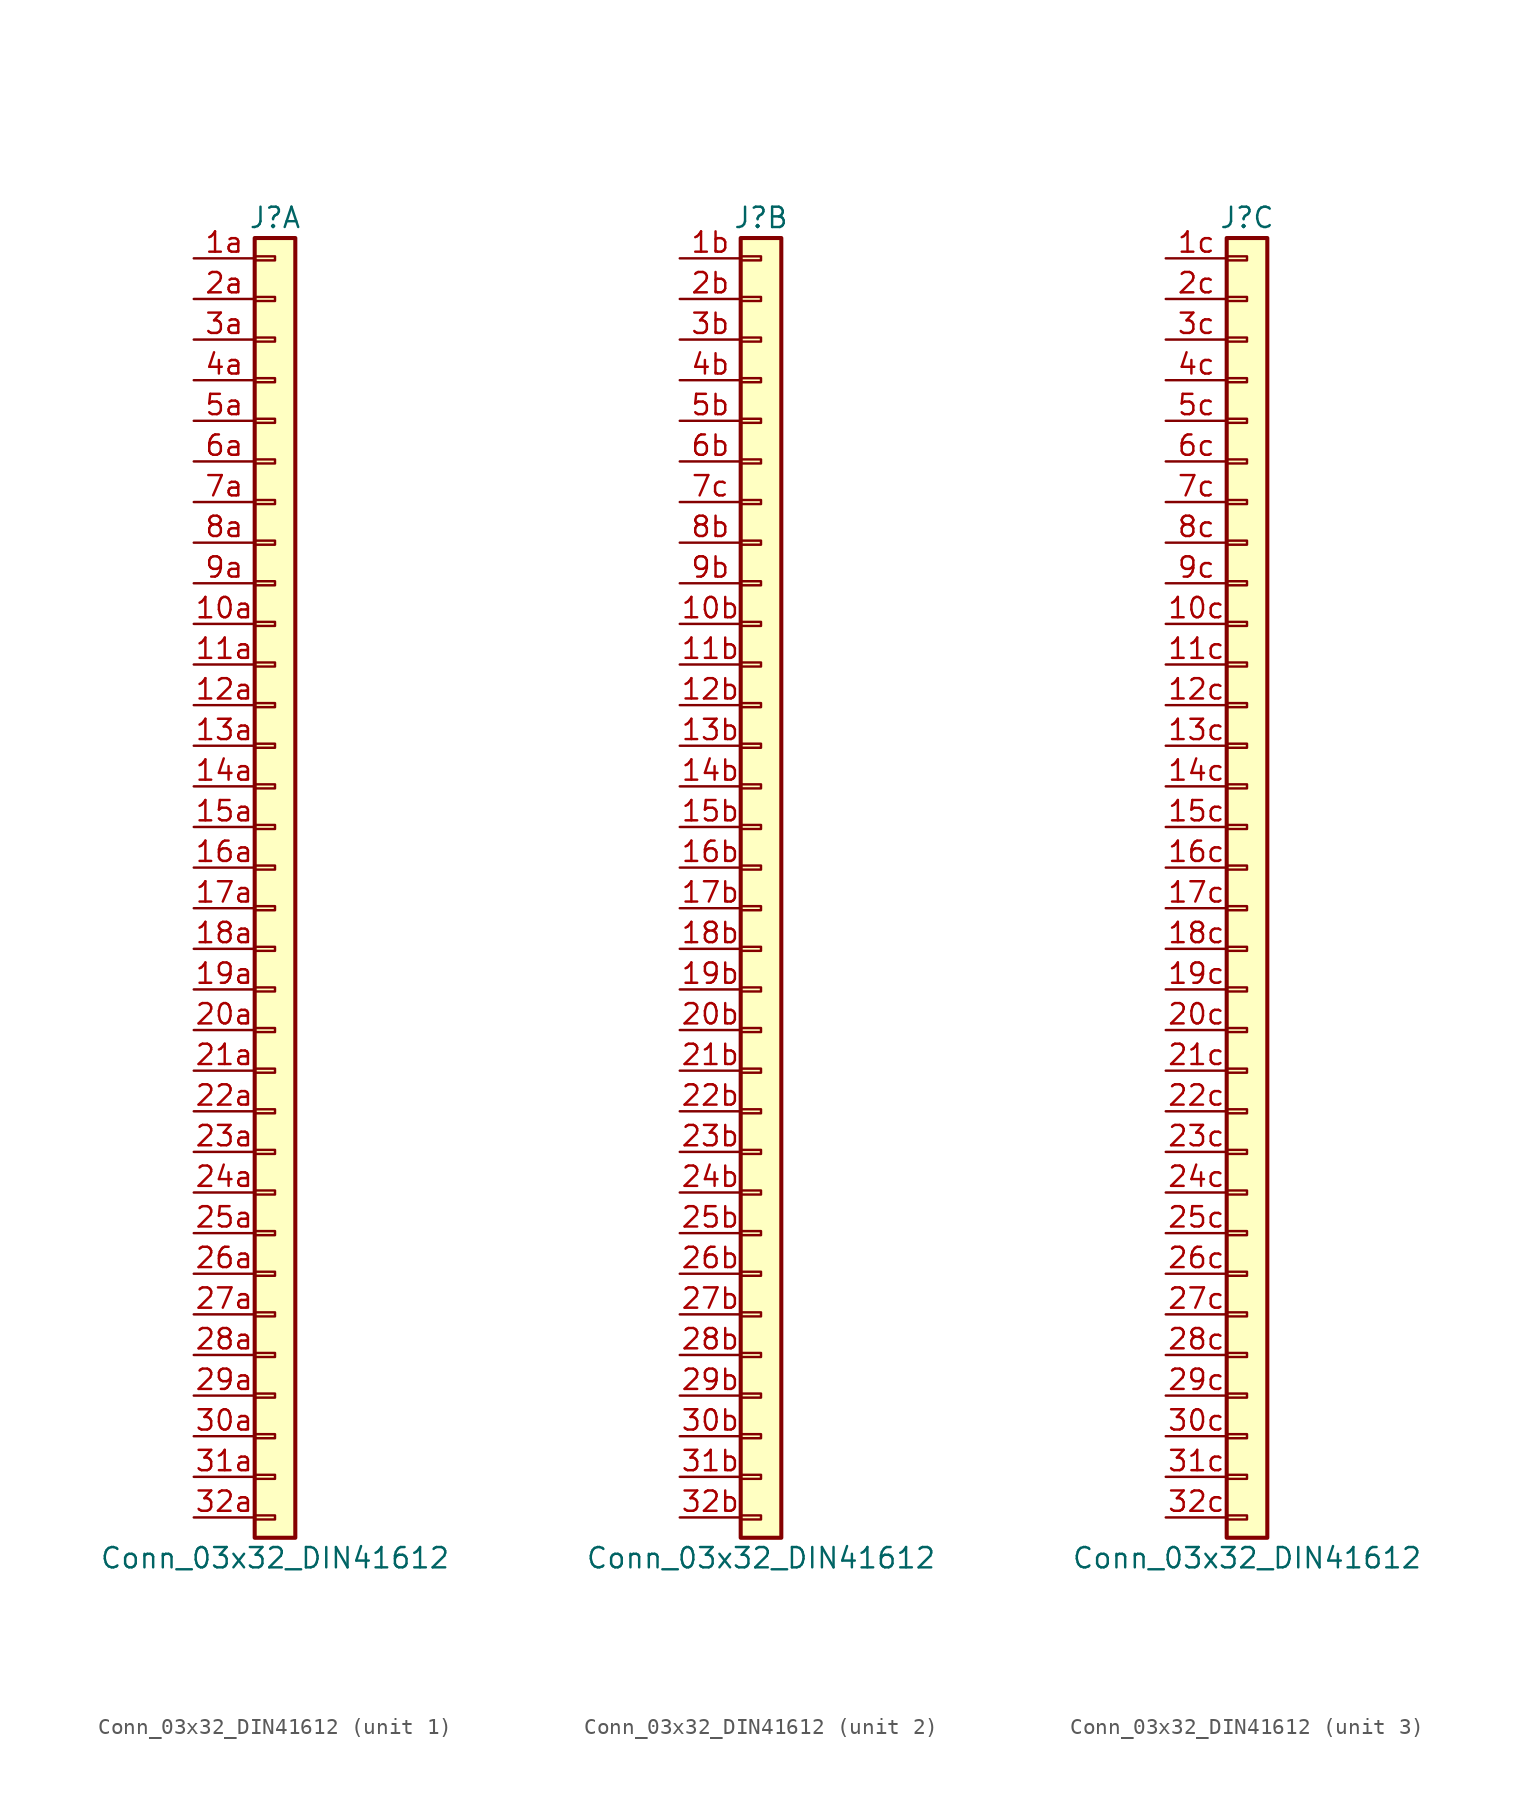
<source format=kicad_sym>
(kicad_symbol_lib
  (version 20211014)
  (generator kicad_symbol_editor)
  (symbol "Conn_03x32_DIN41612"
    (pin_names
      (offset 1.016) hide)
    (property "Reference" "J"
      (at 0 40.64 0)
      (effects (font (size 1.27 1.27))))
    (property "Value" "Conn_03x32_DIN41612"
      (at 0 -43.18 0)
      (effects (font (size 1.27 1.27))))
    (property "ki_locked" ""
      (at 0 0 0)
      (effects (font (size 1.27 1.27))))
    (symbol "Conn_03x32_DIN41612_1_1"
      (rectangle (start -1.27 -40.513) (end 0 -40.767) (stroke (width 0.152) (type default) (color 0 0 0 0)) (fill (type none)))
      (rectangle (start -1.27 -37.973) (end 0 -38.227) (stroke (width 0.152) (type default) (color 0 0 0 0)) (fill (type none)))
      (rectangle (start -1.27 -35.433) (end 0 -35.687) (stroke (width 0.152) (type default) (color 0 0 0 0)) (fill (type none)))
      (rectangle (start -1.27 -32.893) (end 0 -33.147) (stroke (width 0.152) (type default) (color 0 0 0 0)) (fill (type none)))
      (rectangle (start -1.27 -30.353) (end 0 -30.607) (stroke (width 0.152) (type default) (color 0 0 0 0)) (fill (type none)))
      (rectangle (start -1.27 -27.813) (end 0 -28.067) (stroke (width 0.152) (type default) (color 0 0 0 0)) (fill (type none)))
      (rectangle (start -1.27 -25.273) (end 0 -25.527) (stroke (width 0.152) (type default) (color 0 0 0 0)) (fill (type none)))
      (rectangle (start -1.27 -22.733) (end 0 -22.987) (stroke (width 0.152) (type default) (color 0 0 0 0)) (fill (type none)))
      (rectangle (start -1.27 -20.193) (end 0 -20.447) (stroke (width 0.152) (type default) (color 0 0 0 0)) (fill (type none)))
      (rectangle (start -1.27 -17.653) (end 0 -17.907) (stroke (width 0.152) (type default) (color 0 0 0 0)) (fill (type none)))
      (rectangle (start -1.27 -15.113) (end 0 -15.367) (stroke (width 0.152) (type default) (color 0 0 0 0)) (fill (type none)))
      (rectangle (start -1.27 -12.573) (end 0 -12.827) (stroke (width 0.152) (type default) (color 0 0 0 0)) (fill (type none)))
      (rectangle (start -1.27 -10.033) (end 0 -10.287) (stroke (width 0.152) (type default) (color 0 0 0 0)) (fill (type none)))
      (rectangle (start -1.27 -7.493) (end 0 -7.747) (stroke (width 0.152) (type default) (color 0 0 0 0)) (fill (type none)))
      (rectangle (start -1.27 -4.953) (end 0 -5.207) (stroke (width 0.152) (type default) (color 0 0 0 0)) (fill (type none)))
      (rectangle (start -1.27 -2.413) (end 0 -2.667) (stroke (width 0.152) (type default) (color 0 0 0 0)) (fill (type none)))
      (rectangle (start -1.27 0.127) (end 0 -0.127) (stroke (width 0.152) (type default) (color 0 0 0 0)) (fill (type none)))
      (rectangle (start -1.27 2.667) (end 0 2.413) (stroke (width 0.152) (type default) (color 0 0 0 0)) (fill (type none)))
      (rectangle (start -1.27 5.207) (end 0 4.953) (stroke (width 0.152) (type default) (color 0 0 0 0)) (fill (type none)))
      (rectangle (start -1.27 7.747) (end 0 7.493) (stroke (width 0.152) (type default) (color 0 0 0 0)) (fill (type none)))
      (rectangle (start -1.27 10.287) (end 0 10.033) (stroke (width 0.152) (type default) (color 0 0 0 0)) (fill (type none)))
      (rectangle (start -1.27 12.827) (end 0 12.573) (stroke (width 0.152) (type default) (color 0 0 0 0)) (fill (type none)))
      (rectangle (start -1.27 15.367) (end 0 15.113) (stroke (width 0.152) (type default) (color 0 0 0 0)) (fill (type none)))
      (rectangle (start -1.27 17.907) (end 0 17.653) (stroke (width 0.152) (type default) (color 0 0 0 0)) (fill (type none)))
      (rectangle (start -1.27 20.447) (end 0 20.193) (stroke (width 0.152) (type default) (color 0 0 0 0)) (fill (type none)))
      (rectangle (start -1.27 22.987) (end 0 22.733) (stroke (width 0.152) (type default) (color 0 0 0 0)) (fill (type none)))
      (rectangle (start -1.27 25.527) (end 0 25.273) (stroke (width 0.152) (type default) (color 0 0 0 0)) (fill (type none)))
      (rectangle (start -1.27 28.067) (end 0 27.813) (stroke (width 0.152) (type default) (color 0 0 0 0)) (fill (type none)))
      (rectangle (start -1.27 30.607) (end 0 30.353) (stroke (width 0.152) (type default) (color 0 0 0 0)) (fill (type none)))
      (rectangle (start -1.27 33.147) (end 0 32.893) (stroke (width 0.152) (type default) (color 0 0 0 0)) (fill (type none)))
      (rectangle (start -1.27 35.687) (end 0 35.433) (stroke (width 0.152) (type default) (color 0 0 0 0)) (fill (type none)))
      (rectangle (start -1.27 38.227) (end 0 37.973) (stroke (width 0.152) (type default) (color 0 0 0 0)) (fill (type none)))
      (rectangle (start -1.27 39.37) (end 1.27 -41.91) (stroke (width 0.254) (type default) (color 0 0 0 0)) (fill (type background)))
      (pin passive line (at -5.08 15.24 0) (length 3.81) (name "Pin_10" (effects (font (size 1.27 1.27)))) (number "10a" (effects (font (size 1.27 1.27)))))
      (pin passive line (at -5.08 12.7 0) (length 3.81) (name "Pin_11" (effects (font (size 1.27 1.27)))) (number "11a" (effects (font (size 1.27 1.27)))))
      (pin passive line (at -5.08 10.16 0) (length 3.81) (name "Pin_12" (effects (font (size 1.27 1.27)))) (number "12a" (effects (font (size 1.27 1.27)))))
      (pin passive line (at -5.08 7.62 0) (length 3.81) (name "Pin_13" (effects (font (size 1.27 1.27)))) (number "13a" (effects (font (size 1.27 1.27)))))
      (pin passive line (at -5.08 5.08 0) (length 3.81) (name "Pin_14" (effects (font (size 1.27 1.27)))) (number "14a" (effects (font (size 1.27 1.27)))))
      (pin passive line (at -5.08 2.54 0) (length 3.81) (name "Pin_15" (effects (font (size 1.27 1.27)))) (number "15a" (effects (font (size 1.27 1.27)))))
      (pin passive line (at -5.08 0 0) (length 3.81) (name "Pin_16" (effects (font (size 1.27 1.27)))) (number "16a" (effects (font (size 1.27 1.27)))))
      (pin passive line (at -5.08 -2.54 0) (length 3.81) (name "Pin_17" (effects (font (size 1.27 1.27)))) (number "17a" (effects (font (size 1.27 1.27)))))
      (pin passive line (at -5.08 -5.08 0) (length 3.81) (name "Pin_18" (effects (font (size 1.27 1.27)))) (number "18a" (effects (font (size 1.27 1.27)))))
      (pin passive line (at -5.08 -7.62 0) (length 3.81) (name "Pin_19" (effects (font (size 1.27 1.27)))) (number "19a" (effects (font (size 1.27 1.27)))))
      (pin passive line (at -5.08 38.1 0) (length 3.81) (name "Pin_1" (effects (font (size 1.27 1.27)))) (number "1a" (effects (font (size 1.27 1.27)))))
      (pin passive line (at -5.08 -10.16 0) (length 3.81) (name "Pin_20" (effects (font (size 1.27 1.27)))) (number "20a" (effects (font (size 1.27 1.27)))))
      (pin passive line (at -5.08 -12.7 0) (length 3.81) (name "Pin_21" (effects (font (size 1.27 1.27)))) (number "21a" (effects (font (size 1.27 1.27)))))
      (pin passive line (at -5.08 -15.24 0) (length 3.81) (name "Pin_22" (effects (font (size 1.27 1.27)))) (number "22a" (effects (font (size 1.27 1.27)))))
      (pin passive line (at -5.08 -17.78 0) (length 3.81) (name "Pin_23" (effects (font (size 1.27 1.27)))) (number "23a" (effects (font (size 1.27 1.27)))))
      (pin passive line (at -5.08 -20.32 0) (length 3.81) (name "Pin_24" (effects (font (size 1.27 1.27)))) (number "24a" (effects (font (size 1.27 1.27)))))
      (pin passive line (at -5.08 -22.86 0) (length 3.81) (name "Pin_25" (effects (font (size 1.27 1.27)))) (number "25a" (effects (font (size 1.27 1.27)))))
      (pin passive line (at -5.08 -25.4 0) (length 3.81) (name "Pin_26" (effects (font (size 1.27 1.27)))) (number "26a" (effects (font (size 1.27 1.27)))))
      (pin passive line (at -5.08 -27.94 0) (length 3.81) (name "Pin_27" (effects (font (size 1.27 1.27)))) (number "27a" (effects (font (size 1.27 1.27)))))
      (pin passive line (at -5.08 -30.48 0) (length 3.81) (name "Pin_28" (effects (font (size 1.27 1.27)))) (number "28a" (effects (font (size 1.27 1.27)))))
      (pin passive line (at -5.08 -33.02 0) (length 3.81) (name "Pin_29" (effects (font (size 1.27 1.27)))) (number "29a" (effects (font (size 1.27 1.27)))))
      (pin passive line (at -5.08 35.56 0) (length 3.81) (name "Pin_2" (effects (font (size 1.27 1.27)))) (number "2a" (effects (font (size 1.27 1.27)))))
      (pin passive line (at -5.08 -35.56 0) (length 3.81) (name "Pin_30" (effects (font (size 1.27 1.27)))) (number "30a" (effects (font (size 1.27 1.27)))))
      (pin passive line (at -5.08 -38.1 0) (length 3.81) (name "Pin_31" (effects (font (size 1.27 1.27)))) (number "31a" (effects (font (size 1.27 1.27)))))
      (pin passive line (at -5.08 -40.64 0) (length 3.81) (name "Pin_32" (effects (font (size 1.27 1.27)))) (number "32a" (effects (font (size 1.27 1.27)))))
      (pin passive line (at -5.08 33.02 0) (length 3.81) (name "Pin_3" (effects (font (size 1.27 1.27)))) (number "3a" (effects (font (size 1.27 1.27)))))
      (pin passive line (at -5.08 30.48 0) (length 3.81) (name "Pin_4" (effects (font (size 1.27 1.27)))) (number "4a" (effects (font (size 1.27 1.27)))))
      (pin passive line (at -5.08 27.94 0) (length 3.81) (name "Pin_5" (effects (font (size 1.27 1.27)))) (number "5a" (effects (font (size 1.27 1.27)))))
      (pin passive line (at -5.08 25.4 0) (length 3.81) (name "Pin_6" (effects (font (size 1.27 1.27)))) (number "6a" (effects (font (size 1.27 1.27)))))
      (pin passive line (at -5.08 22.86 0) (length 3.81) (name "Pin_7" (effects (font (size 1.27 1.27)))) (number "7a" (effects (font (size 1.27 1.27)))))
      (pin passive line (at -5.08 20.32 0) (length 3.81) (name "Pin_8" (effects (font (size 1.27 1.27)))) (number "8a" (effects (font (size 1.27 1.27)))))
      (pin passive line (at -5.08 17.78 0) (length 3.81) (name "Pin_9" (effects (font (size 1.27 1.27)))) (number "9a" (effects (font (size 1.27 1.27))))))
    (symbol "Conn_03x32_DIN41612_2_1"
      (rectangle (start -1.27 -40.513) (end 0 -40.767) (stroke (width 0.152) (type default) (color 0 0 0 0)) (fill (type none)))
      (rectangle (start -1.27 -37.973) (end 0 -38.227) (stroke (width 0.152) (type default) (color 0 0 0 0)) (fill (type none)))
      (rectangle (start -1.27 -35.433) (end 0 -35.687) (stroke (width 0.152) (type default) (color 0 0 0 0)) (fill (type none)))
      (rectangle (start -1.27 -32.893) (end 0 -33.147) (stroke (width 0.152) (type default) (color 0 0 0 0)) (fill (type none)))
      (rectangle (start -1.27 -30.353) (end 0 -30.607) (stroke (width 0.152) (type default) (color 0 0 0 0)) (fill (type none)))
      (rectangle (start -1.27 -27.813) (end 0 -28.067) (stroke (width 0.152) (type default) (color 0 0 0 0)) (fill (type none)))
      (rectangle (start -1.27 -25.273) (end 0 -25.527) (stroke (width 0.152) (type default) (color 0 0 0 0)) (fill (type none)))
      (rectangle (start -1.27 -22.733) (end 0 -22.987) (stroke (width 0.152) (type default) (color 0 0 0 0)) (fill (type none)))
      (rectangle (start -1.27 -20.193) (end 0 -20.447) (stroke (width 0.152) (type default) (color 0 0 0 0)) (fill (type none)))
      (rectangle (start -1.27 -17.653) (end 0 -17.907) (stroke (width 0.152) (type default) (color 0 0 0 0)) (fill (type none)))
      (rectangle (start -1.27 -15.113) (end 0 -15.367) (stroke (width 0.152) (type default) (color 0 0 0 0)) (fill (type none)))
      (rectangle (start -1.27 -12.573) (end 0 -12.827) (stroke (width 0.152) (type default) (color 0 0 0 0)) (fill (type none)))
      (rectangle (start -1.27 -10.033) (end 0 -10.287) (stroke (width 0.152) (type default) (color 0 0 0 0)) (fill (type none)))
      (rectangle (start -1.27 -7.493) (end 0 -7.747) (stroke (width 0.152) (type default) (color 0 0 0 0)) (fill (type none)))
      (rectangle (start -1.27 -4.953) (end 0 -5.207) (stroke (width 0.152) (type default) (color 0 0 0 0)) (fill (type none)))
      (rectangle (start -1.27 -2.413) (end 0 -2.667) (stroke (width 0.152) (type default) (color 0 0 0 0)) (fill (type none)))
      (rectangle (start -1.27 0.127) (end 0 -0.127) (stroke (width 0.152) (type default) (color 0 0 0 0)) (fill (type none)))
      (rectangle (start -1.27 2.667) (end 0 2.413) (stroke (width 0.152) (type default) (color 0 0 0 0)) (fill (type none)))
      (rectangle (start -1.27 5.207) (end 0 4.953) (stroke (width 0.152) (type default) (color 0 0 0 0)) (fill (type none)))
      (rectangle (start -1.27 7.747) (end 0 7.493) (stroke (width 0.152) (type default) (color 0 0 0 0)) (fill (type none)))
      (rectangle (start -1.27 10.287) (end 0 10.033) (stroke (width 0.152) (type default) (color 0 0 0 0)) (fill (type none)))
      (rectangle (start -1.27 12.827) (end 0 12.573) (stroke (width 0.152) (type default) (color 0 0 0 0)) (fill (type none)))
      (rectangle (start -1.27 15.367) (end 0 15.113) (stroke (width 0.152) (type default) (color 0 0 0 0)) (fill (type none)))
      (rectangle (start -1.27 17.907) (end 0 17.653) (stroke (width 0.152) (type default) (color 0 0 0 0)) (fill (type none)))
      (rectangle (start -1.27 20.447) (end 0 20.193) (stroke (width 0.152) (type default) (color 0 0 0 0)) (fill (type none)))
      (rectangle (start -1.27 22.987) (end 0 22.733) (stroke (width 0.152) (type default) (color 0 0 0 0)) (fill (type none)))
      (rectangle (start -1.27 25.527) (end 0 25.273) (stroke (width 0.152) (type default) (color 0 0 0 0)) (fill (type none)))
      (rectangle (start -1.27 28.067) (end 0 27.813) (stroke (width 0.152) (type default) (color 0 0 0 0)) (fill (type none)))
      (rectangle (start -1.27 30.607) (end 0 30.353) (stroke (width 0.152) (type default) (color 0 0 0 0)) (fill (type none)))
      (rectangle (start -1.27 33.147) (end 0 32.893) (stroke (width 0.152) (type default) (color 0 0 0 0)) (fill (type none)))
      (rectangle (start -1.27 35.687) (end 0 35.433) (stroke (width 0.152) (type default) (color 0 0 0 0)) (fill (type none)))
      (rectangle (start -1.27 38.227) (end 0 37.973) (stroke (width 0.152) (type default) (color 0 0 0 0)) (fill (type none)))
      (rectangle (start -1.27 39.37) (end 1.27 -41.91) (stroke (width 0.254) (type default) (color 0 0 0 0)) (fill (type background)))
      (pin passive line (at -5.08 15.24 0) (length 3.81) (name "Pin_10" (effects (font (size 1.27 1.27)))) (number "10b" (effects (font (size 1.27 1.27)))))
      (pin passive line (at -5.08 12.7 0) (length 3.81) (name "Pin_11" (effects (font (size 1.27 1.27)))) (number "11b" (effects (font (size 1.27 1.27)))))
      (pin passive line (at -5.08 10.16 0) (length 3.81) (name "Pin_12" (effects (font (size 1.27 1.27)))) (number "12b" (effects (font (size 1.27 1.27)))))
      (pin passive line (at -5.08 7.62 0) (length 3.81) (name "Pin_13" (effects (font (size 1.27 1.27)))) (number "13b" (effects (font (size 1.27 1.27)))))
      (pin passive line (at -5.08 5.08 0) (length 3.81) (name "Pin_14" (effects (font (size 1.27 1.27)))) (number "14b" (effects (font (size 1.27 1.27)))))
      (pin passive line (at -5.08 2.54 0) (length 3.81) (name "Pin_15" (effects (font (size 1.27 1.27)))) (number "15b" (effects (font (size 1.27 1.27)))))
      (pin passive line (at -5.08 0 0) (length 3.81) (name "Pin_16" (effects (font (size 1.27 1.27)))) (number "16b" (effects (font (size 1.27 1.27)))))
      (pin passive line (at -5.08 -2.54 0) (length 3.81) (name "Pin_17" (effects (font (size 1.27 1.27)))) (number "17b" (effects (font (size 1.27 1.27)))))
      (pin passive line (at -5.08 -5.08 0) (length 3.81) (name "Pin_18" (effects (font (size 1.27 1.27)))) (number "18b" (effects (font (size 1.27 1.27)))))
      (pin passive line (at -5.08 -7.62 0) (length 3.81) (name "Pin_19" (effects (font (size 1.27 1.27)))) (number "19b" (effects (font (size 1.27 1.27)))))
      (pin passive line (at -5.08 38.1 0) (length 3.81) (name "Pin_1" (effects (font (size 1.27 1.27)))) (number "1b" (effects (font (size 1.27 1.27)))))
      (pin passive line (at -5.08 -10.16 0) (length 3.81) (name "Pin_20" (effects (font (size 1.27 1.27)))) (number "20b" (effects (font (size 1.27 1.27)))))
      (pin passive line (at -5.08 -12.7 0) (length 3.81) (name "Pin_21" (effects (font (size 1.27 1.27)))) (number "21b" (effects (font (size 1.27 1.27)))))
      (pin passive line (at -5.08 -15.24 0) (length 3.81) (name "Pin_22" (effects (font (size 1.27 1.27)))) (number "22b" (effects (font (size 1.27 1.27)))))
      (pin passive line (at -5.08 -17.78 0) (length 3.81) (name "Pin_23" (effects (font (size 1.27 1.27)))) (number "23b" (effects (font (size 1.27 1.27)))))
      (pin passive line (at -5.08 -20.32 0) (length 3.81) (name "Pin_24" (effects (font (size 1.27 1.27)))) (number "24b" (effects (font (size 1.27 1.27)))))
      (pin passive line (at -5.08 -22.86 0) (length 3.81) (name "Pin_25" (effects (font (size 1.27 1.27)))) (number "25b" (effects (font (size 1.27 1.27)))))
      (pin passive line (at -5.08 -25.4 0) (length 3.81) (name "Pin_26" (effects (font (size 1.27 1.27)))) (number "26b" (effects (font (size 1.27 1.27)))))
      (pin passive line (at -5.08 -27.94 0) (length 3.81) (name "Pin_27" (effects (font (size 1.27 1.27)))) (number "27b" (effects (font (size 1.27 1.27)))))
      (pin passive line (at -5.08 -30.48 0) (length 3.81) (name "Pin_28" (effects (font (size 1.27 1.27)))) (number "28b" (effects (font (size 1.27 1.27)))))
      (pin passive line (at -5.08 -33.02 0) (length 3.81) (name "Pin_29" (effects (font (size 1.27 1.27)))) (number "29b" (effects (font (size 1.27 1.27)))))
      (pin passive line (at -5.08 35.56 0) (length 3.81) (name "Pin_2" (effects (font (size 1.27 1.27)))) (number "2b" (effects (font (size 1.27 1.27)))))
      (pin passive line (at -5.08 -35.56 0) (length 3.81) (name "Pin_30" (effects (font (size 1.27 1.27)))) (number "30b" (effects (font (size 1.27 1.27)))))
      (pin passive line (at -5.08 -38.1 0) (length 3.81) (name "Pin_31" (effects (font (size 1.27 1.27)))) (number "31b" (effects (font (size 1.27 1.27)))))
      (pin passive line (at -5.08 -40.64 0) (length 3.81) (name "Pin_32" (effects (font (size 1.27 1.27)))) (number "32b" (effects (font (size 1.27 1.27)))))
      (pin passive line (at -5.08 33.02 0) (length 3.81) (name "Pin_3" (effects (font (size 1.27 1.27)))) (number "3b" (effects (font (size 1.27 1.27)))))
      (pin passive line (at -5.08 30.48 0) (length 3.81) (name "Pin_4" (effects (font (size 1.27 1.27)))) (number "4b" (effects (font (size 1.27 1.27)))))
      (pin passive line (at -5.08 27.94 0) (length 3.81) (name "Pin_5" (effects (font (size 1.27 1.27)))) (number "5b" (effects (font (size 1.27 1.27)))))
      (pin passive line (at -5.08 25.4 0) (length 3.81) (name "Pin_6" (effects (font (size 1.27 1.27)))) (number "6b" (effects (font (size 1.27 1.27)))))
      (pin passive line (at -5.08 22.86 0) (length 3.81) (name "Pin_7" (effects (font (size 1.27 1.27)))) (number "7c" (effects (font (size 1.27 1.27)))))
      (pin passive line (at -5.08 20.32 0) (length 3.81) (name "Pin_8" (effects (font (size 1.27 1.27)))) (number "8b" (effects (font (size 1.27 1.27)))))
      (pin passive line (at -5.08 17.78 0) (length 3.81) (name "Pin_9" (effects (font (size 1.27 1.27)))) (number "9b" (effects (font (size 1.27 1.27))))))
    (symbol "Conn_03x32_DIN41612_3_1"
      (rectangle (start -1.27 -40.513) (end 0 -40.767) (stroke (width 0.152) (type default) (color 0 0 0 0)) (fill (type none)))
      (rectangle (start -1.27 -37.973) (end 0 -38.227) (stroke (width 0.152) (type default) (color 0 0 0 0)) (fill (type none)))
      (rectangle (start -1.27 -35.433) (end 0 -35.687) (stroke (width 0.152) (type default) (color 0 0 0 0)) (fill (type none)))
      (rectangle (start -1.27 -32.893) (end 0 -33.147) (stroke (width 0.152) (type default) (color 0 0 0 0)) (fill (type none)))
      (rectangle (start -1.27 -30.353) (end 0 -30.607) (stroke (width 0.152) (type default) (color 0 0 0 0)) (fill (type none)))
      (rectangle (start -1.27 -27.813) (end 0 -28.067) (stroke (width 0.152) (type default) (color 0 0 0 0)) (fill (type none)))
      (rectangle (start -1.27 -25.273) (end 0 -25.527) (stroke (width 0.152) (type default) (color 0 0 0 0)) (fill (type none)))
      (rectangle (start -1.27 -22.733) (end 0 -22.987) (stroke (width 0.152) (type default) (color 0 0 0 0)) (fill (type none)))
      (rectangle (start -1.27 -20.193) (end 0 -20.447) (stroke (width 0.152) (type default) (color 0 0 0 0)) (fill (type none)))
      (rectangle (start -1.27 -17.653) (end 0 -17.907) (stroke (width 0.152) (type default) (color 0 0 0 0)) (fill (type none)))
      (rectangle (start -1.27 -15.113) (end 0 -15.367) (stroke (width 0.152) (type default) (color 0 0 0 0)) (fill (type none)))
      (rectangle (start -1.27 -12.573) (end 0 -12.827) (stroke (width 0.152) (type default) (color 0 0 0 0)) (fill (type none)))
      (rectangle (start -1.27 -10.033) (end 0 -10.287) (stroke (width 0.152) (type default) (color 0 0 0 0)) (fill (type none)))
      (rectangle (start -1.27 -7.493) (end 0 -7.747) (stroke (width 0.152) (type default) (color 0 0 0 0)) (fill (type none)))
      (rectangle (start -1.27 -4.953) (end 0 -5.207) (stroke (width 0.152) (type default) (color 0 0 0 0)) (fill (type none)))
      (rectangle (start -1.27 -2.413) (end 0 -2.667) (stroke (width 0.152) (type default) (color 0 0 0 0)) (fill (type none)))
      (rectangle (start -1.27 0.127) (end 0 -0.127) (stroke (width 0.152) (type default) (color 0 0 0 0)) (fill (type none)))
      (rectangle (start -1.27 2.667) (end 0 2.413) (stroke (width 0.152) (type default) (color 0 0 0 0)) (fill (type none)))
      (rectangle (start -1.27 5.207) (end 0 4.953) (stroke (width 0.152) (type default) (color 0 0 0 0)) (fill (type none)))
      (rectangle (start -1.27 7.747) (end 0 7.493) (stroke (width 0.152) (type default) (color 0 0 0 0)) (fill (type none)))
      (rectangle (start -1.27 10.287) (end 0 10.033) (stroke (width 0.152) (type default) (color 0 0 0 0)) (fill (type none)))
      (rectangle (start -1.27 12.827) (end 0 12.573) (stroke (width 0.152) (type default) (color 0 0 0 0)) (fill (type none)))
      (rectangle (start -1.27 15.367) (end 0 15.113) (stroke (width 0.152) (type default) (color 0 0 0 0)) (fill (type none)))
      (rectangle (start -1.27 17.907) (end 0 17.653) (stroke (width 0.152) (type default) (color 0 0 0 0)) (fill (type none)))
      (rectangle (start -1.27 20.447) (end 0 20.193) (stroke (width 0.152) (type default) (color 0 0 0 0)) (fill (type none)))
      (rectangle (start -1.27 22.987) (end 0 22.733) (stroke (width 0.152) (type default) (color 0 0 0 0)) (fill (type none)))
      (rectangle (start -1.27 25.527) (end 0 25.273) (stroke (width 0.152) (type default) (color 0 0 0 0)) (fill (type none)))
      (rectangle (start -1.27 28.067) (end 0 27.813) (stroke (width 0.152) (type default) (color 0 0 0 0)) (fill (type none)))
      (rectangle (start -1.27 30.607) (end 0 30.353) (stroke (width 0.152) (type default) (color 0 0 0 0)) (fill (type none)))
      (rectangle (start -1.27 33.147) (end 0 32.893) (stroke (width 0.152) (type default) (color 0 0 0 0)) (fill (type none)))
      (rectangle (start -1.27 35.687) (end 0 35.433) (stroke (width 0.152) (type default) (color 0 0 0 0)) (fill (type none)))
      (rectangle (start -1.27 38.227) (end 0 37.973) (stroke (width 0.152) (type default) (color 0 0 0 0)) (fill (type none)))
      (rectangle (start -1.27 39.37) (end 1.27 -41.91) (stroke (width 0.254) (type default) (color 0 0 0 0)) (fill (type background)))
      (pin passive line (at -5.08 15.24 0) (length 3.81) (name "Pin_10" (effects (font (size 1.27 1.27)))) (number "10c" (effects (font (size 1.27 1.27)))))
      (pin passive line (at -5.08 12.7 0) (length 3.81) (name "Pin_11" (effects (font (size 1.27 1.27)))) (number "11c" (effects (font (size 1.27 1.27)))))
      (pin passive line (at -5.08 10.16 0) (length 3.81) (name "Pin_12" (effects (font (size 1.27 1.27)))) (number "12c" (effects (font (size 1.27 1.27)))))
      (pin passive line (at -5.08 7.62 0) (length 3.81) (name "Pin_13" (effects (font (size 1.27 1.27)))) (number "13c" (effects (font (size 1.27 1.27)))))
      (pin passive line (at -5.08 5.08 0) (length 3.81) (name "Pin_14" (effects (font (size 1.27 1.27)))) (number "14c" (effects (font (size 1.27 1.27)))))
      (pin passive line (at -5.08 2.54 0) (length 3.81) (name "Pin_15" (effects (font (size 1.27 1.27)))) (number "15c" (effects (font (size 1.27 1.27)))))
      (pin passive line (at -5.08 0 0) (length 3.81) (name "Pin_16" (effects (font (size 1.27 1.27)))) (number "16c" (effects (font (size 1.27 1.27)))))
      (pin passive line (at -5.08 -2.54 0) (length 3.81) (name "Pin_17" (effects (font (size 1.27 1.27)))) (number "17c" (effects (font (size 1.27 1.27)))))
      (pin passive line (at -5.08 -5.08 0) (length 3.81) (name "Pin_18" (effects (font (size 1.27 1.27)))) (number "18c" (effects (font (size 1.27 1.27)))))
      (pin passive line (at -5.08 -7.62 0) (length 3.81) (name "Pin_19" (effects (font (size 1.27 1.27)))) (number "19c" (effects (font (size 1.27 1.27)))))
      (pin passive line (at -5.08 38.1 0) (length 3.81) (name "Pin_1" (effects (font (size 1.27 1.27)))) (number "1c" (effects (font (size 1.27 1.27)))))
      (pin passive line (at -5.08 -10.16 0) (length 3.81) (name "Pin_20" (effects (font (size 1.27 1.27)))) (number "20c" (effects (font (size 1.27 1.27)))))
      (pin passive line (at -5.08 -12.7 0) (length 3.81) (name "Pin_21" (effects (font (size 1.27 1.27)))) (number "21c" (effects (font (size 1.27 1.27)))))
      (pin passive line (at -5.08 -15.24 0) (length 3.81) (name "Pin_22" (effects (font (size 1.27 1.27)))) (number "22c" (effects (font (size 1.27 1.27)))))
      (pin passive line (at -5.08 -17.78 0) (length 3.81) (name "Pin_23" (effects (font (size 1.27 1.27)))) (number "23c" (effects (font (size 1.27 1.27)))))
      (pin passive line (at -5.08 -20.32 0) (length 3.81) (name "Pin_24" (effects (font (size 1.27 1.27)))) (number "24c" (effects (font (size 1.27 1.27)))))
      (pin passive line (at -5.08 -22.86 0) (length 3.81) (name "Pin_25" (effects (font (size 1.27 1.27)))) (number "25c" (effects (font (size 1.27 1.27)))))
      (pin passive line (at -5.08 -25.4 0) (length 3.81) (name "Pin_26" (effects (font (size 1.27 1.27)))) (number "26c" (effects (font (size 1.27 1.27)))))
      (pin passive line (at -5.08 -27.94 0) (length 3.81) (name "Pin_27" (effects (font (size 1.27 1.27)))) (number "27c" (effects (font (size 1.27 1.27)))))
      (pin passive line (at -5.08 -30.48 0) (length 3.81) (name "Pin_28" (effects (font (size 1.27 1.27)))) (number "28c" (effects (font (size 1.27 1.27)))))
      (pin passive line (at -5.08 -33.02 0) (length 3.81) (name "Pin_29" (effects (font (size 1.27 1.27)))) (number "29c" (effects (font (size 1.27 1.27)))))
      (pin passive line (at -5.08 35.56 0) (length 3.81) (name "Pin_2" (effects (font (size 1.27 1.27)))) (number "2c" (effects (font (size 1.27 1.27)))))
      (pin passive line (at -5.08 -35.56 0) (length 3.81) (name "Pin_30" (effects (font (size 1.27 1.27)))) (number "30c" (effects (font (size 1.27 1.27)))))
      (pin passive line (at -5.08 -38.1 0) (length 3.81) (name "Pin_31" (effects (font (size 1.27 1.27)))) (number "31c" (effects (font (size 1.27 1.27)))))
      (pin passive line (at -5.08 -40.64 0) (length 3.81) (name "Pin_32" (effects (font (size 1.27 1.27)))) (number "32c" (effects (font (size 1.27 1.27)))))
      (pin passive line (at -5.08 33.02 0) (length 3.81) (name "Pin_3" (effects (font (size 1.27 1.27)))) (number "3c" (effects (font (size 1.27 1.27)))))
      (pin passive line (at -5.08 30.48 0) (length 3.81) (name "Pin_4" (effects (font (size 1.27 1.27)))) (number "4c" (effects (font (size 1.27 1.27)))))
      (pin passive line (at -5.08 27.94 0) (length 3.81) (name "Pin_5" (effects (font (size 1.27 1.27)))) (number "5c" (effects (font (size 1.27 1.27)))))
      (pin passive line (at -5.08 25.4 0) (length 3.81) (name "Pin_6" (effects (font (size 1.27 1.27)))) (number "6c" (effects (font (size 1.27 1.27)))))
      (pin passive line (at -5.08 22.86 0) (length 3.81) (name "Pin_7" (effects (font (size 1.27 1.27)))) (number "7c" (effects (font (size 1.27 1.27)))))
      (pin passive line (at -5.08 20.32 0) (length 3.81) (name "Pin_8" (effects (font (size 1.27 1.27)))) (number "8c" (effects (font (size 1.27 1.27)))))
      (pin passive line (at -5.08 17.78 0) (length 3.81) (name "Pin_9" (effects (font (size 1.27 1.27)))) (number "9c" (effects (font (size 1.27 1.27))))))))
</source>
